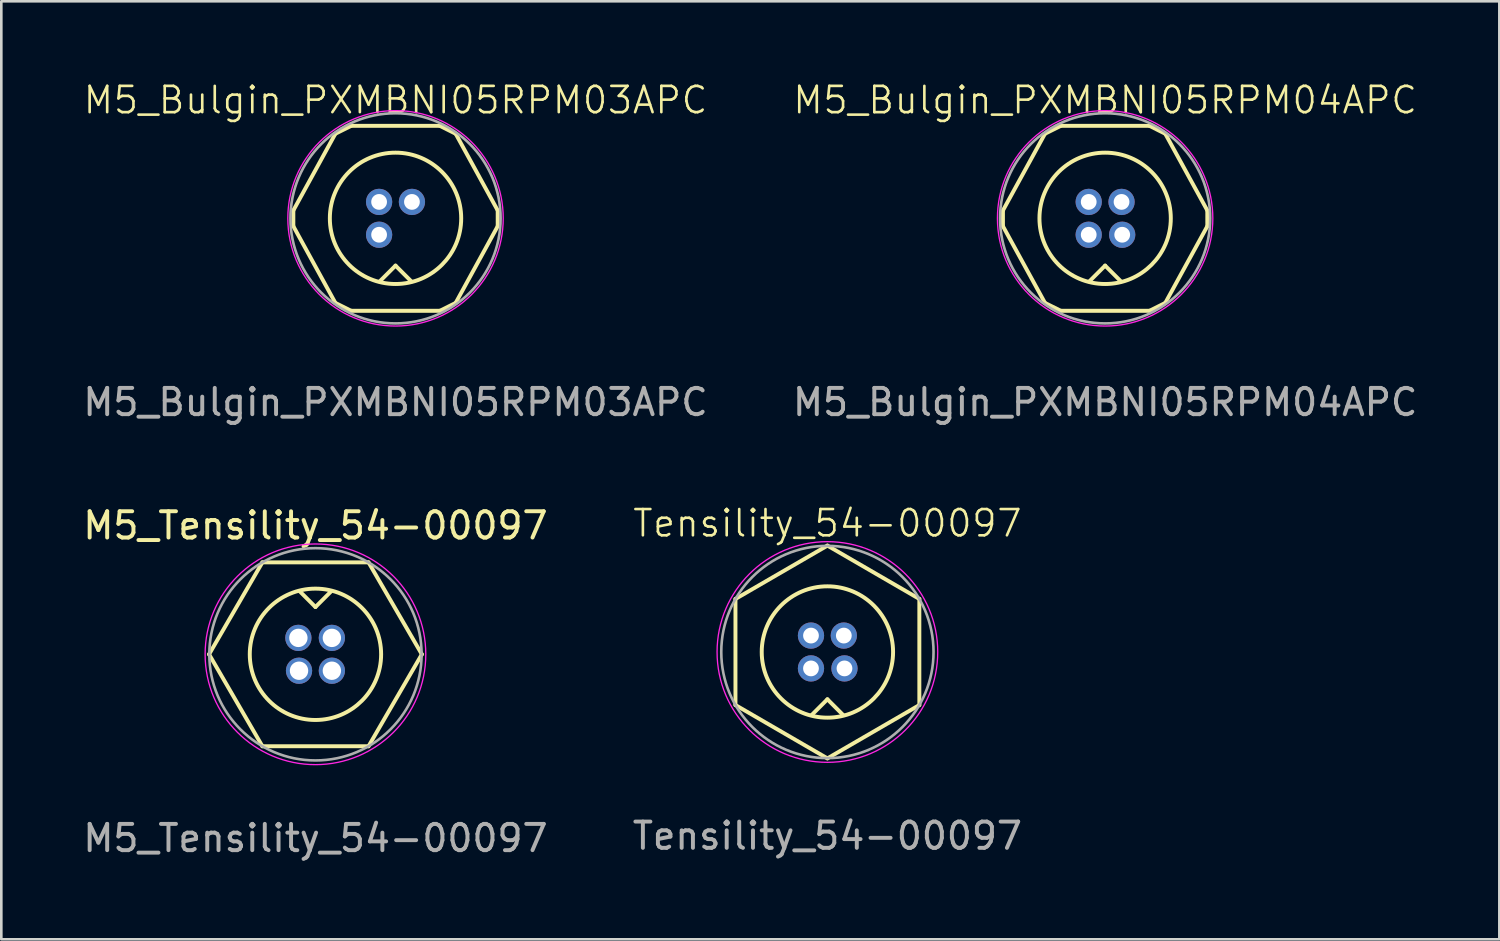
<source format=kicad_pcb>
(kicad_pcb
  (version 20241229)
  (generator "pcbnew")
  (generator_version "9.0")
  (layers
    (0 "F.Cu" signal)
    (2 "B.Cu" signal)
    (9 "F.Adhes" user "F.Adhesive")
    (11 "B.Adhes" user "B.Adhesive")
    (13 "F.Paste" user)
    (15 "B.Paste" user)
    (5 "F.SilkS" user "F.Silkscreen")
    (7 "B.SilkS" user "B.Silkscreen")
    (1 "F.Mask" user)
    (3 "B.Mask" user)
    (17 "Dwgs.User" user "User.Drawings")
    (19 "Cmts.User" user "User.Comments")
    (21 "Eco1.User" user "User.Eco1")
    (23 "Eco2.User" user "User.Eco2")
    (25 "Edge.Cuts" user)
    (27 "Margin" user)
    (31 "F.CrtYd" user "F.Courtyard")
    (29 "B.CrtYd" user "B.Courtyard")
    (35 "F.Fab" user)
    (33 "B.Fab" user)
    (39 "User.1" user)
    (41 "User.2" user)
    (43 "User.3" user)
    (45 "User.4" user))
  (footprint "Tensility_54-00097"
    (layer "F.Cu")
    (at 28.446 21.769)
    (property "Reference" "Tensility_54-00097" (at 0 -4.9 0) (unlocked yes) (layer "F.SilkS") (effects (font (size 1 1) (thickness 0.1))))
    (attr through_hole)
    (fp_line (start -3.5 -2.02) (end 0 -4.05) (stroke (width 0.15) (type default)) (layer "F.SilkS"))
    (fp_line (start -3.5 2.02) (end -3.5 -2.02) (stroke (width 0.15) (type default)) (layer "F.SilkS"))
    (fp_line (start -3.5 2.02) (end 0 4.05) (stroke (width 0.15) (type default)) (layer "F.SilkS"))
    (fp_line (start -0.6 2.4) (end 0 1.8) (stroke (width 0.15) (type default)) (layer "F.SilkS"))
    (fp_line (start 0 -4.05) (end 3.5 -2.02) (stroke (width 0.15) (type default)) (layer "F.SilkS"))
    (fp_line (start 0 4.05) (end 3.5 2.02) (stroke (width 0.15) (type default)) (layer "F.SilkS"))
    (fp_line (start 0.6 2.4) (end 0 1.8) (stroke (width 0.15) (type default)) (layer "F.SilkS"))
    (fp_line (start 3.5 2.02) (end 3.5 -2.02) (stroke (width 0.15) (type default)) (layer "F.SilkS"))
    (fp_circle (center 0 0) (end 2.5 0) (stroke (width 0.15) (type default)) (fill no) (layer "F.SilkS"))
    (fp_circle (center 0 0) (end 4.2 0) (stroke (width 0.05) (type default)) (fill no) (layer "F.CrtYd"))
    (fp_circle (center 0 0) (end 4.04 0) (stroke (width 0.1) (type default)) (fill no) (layer "F.Fab"))
    (fp_text user "${REFERENCE}" (at 0 7 0) (unlocked yes) (layer "F.Fab") (effects (font (size 1 1) (thickness 0.15))))
    (pad "1" thru_hole circle (at -0.625 0.625) (size 1 1) (drill 0.6) (layers "*.Cu" "*.Mask"))
    (pad "2" thru_hole circle (at 0.65 0.625) (size 1 1) (drill 0.6) (layers "*.Cu" "*.Mask"))
    (pad "3" thru_hole circle (at 0.625 -0.625) (size 1 1) (drill 0.6) (layers "*.Cu" "*.Mask"))
    (pad "4" thru_hole circle (at -0.625 -0.625) (size 1 1) (drill 0.6) (layers "*.Cu" "*.Mask")))
  (footprint "M5_Tensility_54-00097"
    (layer "F.Cu")
    (at 8.958 21.857)
    (property "Reference" "M5_Tensility_54-00097" (at 0 -4.9 0) (unlocked yes) (layer "F.SilkS") (effects (font (size 1 1) (thickness 0.15))))
    (attr through_hole)
    (fp_line (start -4.05 0) (end -2.02 3.5) (stroke (width 0.15) (type default)) (layer "F.SilkS"))
    (fp_line (start -2.02 -3.5) (end -4.05 0) (stroke (width 0.15) (type default)) (layer "F.SilkS"))
    (fp_line (start -2.02 -3.5) (end 2.02 -3.5) (stroke (width 0.15) (type default)) (layer "F.SilkS"))
    (fp_line (start -2.02 3.5) (end 2.02 3.5) (stroke (width 0.15) (type default)) (layer "F.SilkS"))
    (fp_line (start -0.6 -2.4) (end 0 -1.8) (stroke (width 0.15) (type default)) (layer "F.SilkS"))
    (fp_line (start 0.6 -2.4) (end 0 -1.8) (stroke (width 0.15) (type default)) (layer "F.SilkS"))
    (fp_line (start 2.02 -3.5) (end 4.05 0) (stroke (width 0.15) (type default)) (layer "F.SilkS"))
    (fp_line (start 4.05 0) (end 2.02 3.5) (stroke (width 0.15) (type default)) (layer "F.SilkS"))
    (fp_circle (center 0 0) (end -2.5 0) (stroke (width 0.15) (type default)) (fill no) (layer "F.SilkS"))
    (fp_circle (center 0 0) (end -4.2 0) (stroke (width 0.05) (type default)) (fill no) (layer "F.CrtYd"))
    (fp_circle (center 0 0) (end -4.04 0) (stroke (width 0.1) (type default)) (fill no) (layer "F.Fab"))
    (fp_text user "${REFERENCE}" (at 0 7 0) (unlocked yes) (layer "F.Fab") (effects (font (size 1 1) (thickness 0.15))))
    (pad "1" thru_hole circle (at 0.625 -0.625 180) (size 1 1) (drill 0.7) (layers "*.Cu" "*.Mask"))
    (pad "2" thru_hole circle (at -0.65 -0.625 180) (size 1 1) (drill 0.7) (layers "*.Cu" "*.Mask"))
    (pad "3" thru_hole circle (at -0.625 0.625 180) (size 1 1) (drill 0.7) (layers "*.Cu" "*.Mask"))
    (pad "4" thru_hole circle (at 0.625 0.625 180) (size 1 1) (drill 0.7) (layers "*.Cu" "*.Mask")))
  (footprint "M5_Bulgin_PXMBNI05RPM04APC"
    (layer "F.Cu")
    (at 39.018 5.261)
    (property "Reference" "M5_Bulgin_PXMBNI05RPM04APC" (at 0 -4.5 0) (unlocked yes) (layer "F.SilkS") (effects (font (size 1 1) (thickness 0.1))))
    (attr through_hole)
    (fp_line (start -3.89 -0.3) (end -2.29 -3.22) (stroke (width 0.15) (type default)) (layer "F.SilkS"))
    (fp_line (start -3.89 0.3) (end -3.89 -0.3) (stroke (width 0.15) (type default)) (layer "F.SilkS"))
    (fp_line (start -3.89 0.3) (end -2.29 3.22) (stroke (width 0.15) (type default)) (layer "F.SilkS"))
    (fp_line (start -2.29 -3.22) (end -1.69 -3.52) (stroke (width 0.15) (type default)) (layer "F.SilkS"))
    (fp_line (start -1.69 -3.52) (end 1.69 -3.52) (stroke (width 0.15) (type default)) (layer "F.SilkS"))
    (fp_line (start -1.69 3.52) (end -2.29 3.22) (stroke (width 0.15) (type default)) (layer "F.SilkS"))
    (fp_line (start -1.69 3.52) (end 1.69 3.52) (stroke (width 0.15) (type default)) (layer "F.SilkS"))
    (fp_line (start -0.6 2.4) (end 0 1.8) (stroke (width 0.15) (type default)) (layer "F.SilkS"))
    (fp_line (start 0.6 2.4) (end 0 1.8) (stroke (width 0.15) (type default)) (layer "F.SilkS"))
    (fp_line (start 1.69 3.52) (end 2.29 3.22) (stroke (width 0.15) (type default)) (layer "F.SilkS"))
    (fp_line (start 2.29 -3.22) (end 1.69 -3.52) (stroke (width 0.15) (type default)) (layer "F.SilkS"))
    (fp_line (start 2.29 -3.22) (end 3.89 -0.3) (stroke (width 0.15) (type default)) (layer "F.SilkS"))
    (fp_line (start 3.89 0.3) (end 2.29 3.22) (stroke (width 0.15) (type default)) (layer "F.SilkS"))
    (fp_line (start 3.89 0.3) (end 3.89 -0.3) (stroke (width 0.15) (type default)) (layer "F.SilkS"))
    (fp_circle (center 0 0) (end 2.5 0) (stroke (width 0.15) (type default)) (fill no) (layer "F.SilkS"))
    (fp_circle (center 0 0) (end 4.1 0) (stroke (width 0.05) (type default)) (fill no) (layer "F.CrtYd"))
    (fp_circle (center 0 0) (end 4 0) (stroke (width 0.1) (type default)) (fill no) (layer "F.Fab"))
    (fp_text user "${REFERENCE}" (at 0 7 0) (unlocked yes) (layer "F.Fab") (effects (font (size 1 1) (thickness 0.15))))
    (pad "1" thru_hole circle (at -0.625 0.625) (size 1 1) (drill 0.6) (layers "*.Cu" "*.Mask"))
    (pad "2" thru_hole circle (at 0.65 0.625) (size 1 1) (drill 0.6) (layers "*.Cu" "*.Mask"))
    (pad "3" thru_hole circle (at 0.625 -0.625) (size 1 1) (drill 0.6) (layers "*.Cu" "*.Mask"))
    (pad "4" thru_hole circle (at -0.625 -0.625) (size 1 1) (drill 0.6) (layers "*.Cu" "*.Mask")))
  (footprint "M5_Bulgin_PXMBNI05RPM03APC"
    (layer "F.Cu")
    (at 12.006 5.261)
    (property "Reference" "M5_Bulgin_PXMBNI05RPM03APC" (at 0 -4.5 0) (unlocked yes) (layer "F.SilkS") (effects (font (size 1 1) (thickness 0.1))))
    (attr through_hole)
    (fp_line (start -3.89 -0.3) (end -2.29 -3.22) (stroke (width 0.15) (type default)) (layer "F.SilkS"))
    (fp_line (start -3.89 0.3) (end -3.89 -0.3) (stroke (width 0.15) (type default)) (layer "F.SilkS"))
    (fp_line (start -3.89 0.3) (end -2.29 3.22) (stroke (width 0.15) (type default)) (layer "F.SilkS"))
    (fp_line (start -2.29 -3.22) (end -1.69 -3.52) (stroke (width 0.15) (type default)) (layer "F.SilkS"))
    (fp_line (start -1.69 -3.52) (end 1.69 -3.52) (stroke (width 0.15) (type default)) (layer "F.SilkS"))
    (fp_line (start -1.69 3.52) (end -2.29 3.22) (stroke (width 0.15) (type default)) (layer "F.SilkS"))
    (fp_line (start -1.69 3.52) (end 1.69 3.52) (stroke (width 0.15) (type default)) (layer "F.SilkS"))
    (fp_line (start -0.6 2.4) (end 0 1.8) (stroke (width 0.15) (type default)) (layer "F.SilkS"))
    (fp_line (start 0.6 2.4) (end 0 1.8) (stroke (width 0.15) (type default)) (layer "F.SilkS"))
    (fp_line (start 1.69 3.52) (end 2.29 3.22) (stroke (width 0.15) (type default)) (layer "F.SilkS"))
    (fp_line (start 2.29 -3.22) (end 1.69 -3.52) (stroke (width 0.15) (type default)) (layer "F.SilkS"))
    (fp_line (start 2.29 -3.22) (end 3.89 -0.3) (stroke (width 0.15) (type default)) (layer "F.SilkS"))
    (fp_line (start 3.89 0.3) (end 2.29 3.22) (stroke (width 0.15) (type default)) (layer "F.SilkS"))
    (fp_line (start 3.89 0.3) (end 3.89 -0.3) (stroke (width 0.15) (type default)) (layer "F.SilkS"))
    (fp_circle (center 0 0) (end 2.5 0) (stroke (width 0.15) (type default)) (fill no) (layer "F.SilkS"))
    (fp_circle (center 0 0) (end 4.1 0) (stroke (width 0.05) (type default)) (fill no) (layer "F.CrtYd"))
    (fp_circle (center 0 0) (end 4 0) (stroke (width 0.1) (type default)) (fill no) (layer "F.Fab"))
    (fp_text user "${REFERENCE}" (at 0 7 0) (unlocked yes) (layer "F.Fab") (effects (font (size 1 1) (thickness 0.15))))
    (pad "1" thru_hole circle (at -0.625 0.625) (size 1 1) (drill 0.6) (layers "*.Cu" "*.Mask"))
    (pad "3" thru_hole circle (at 0.625 -0.625) (size 1 1) (drill 0.6) (layers "*.Cu" "*.Mask"))
    (pad "4" thru_hole circle (at -0.625 -0.625) (size 1 1) (drill 0.6) (layers "*.Cu" "*.Mask")))
  (gr_rect
    (start -3 -3)
    (end 54.024 32.705)
    (stroke (width 0.1) (type default))
    (fill no)
    (layer "Edge.Cuts")))
</source>
